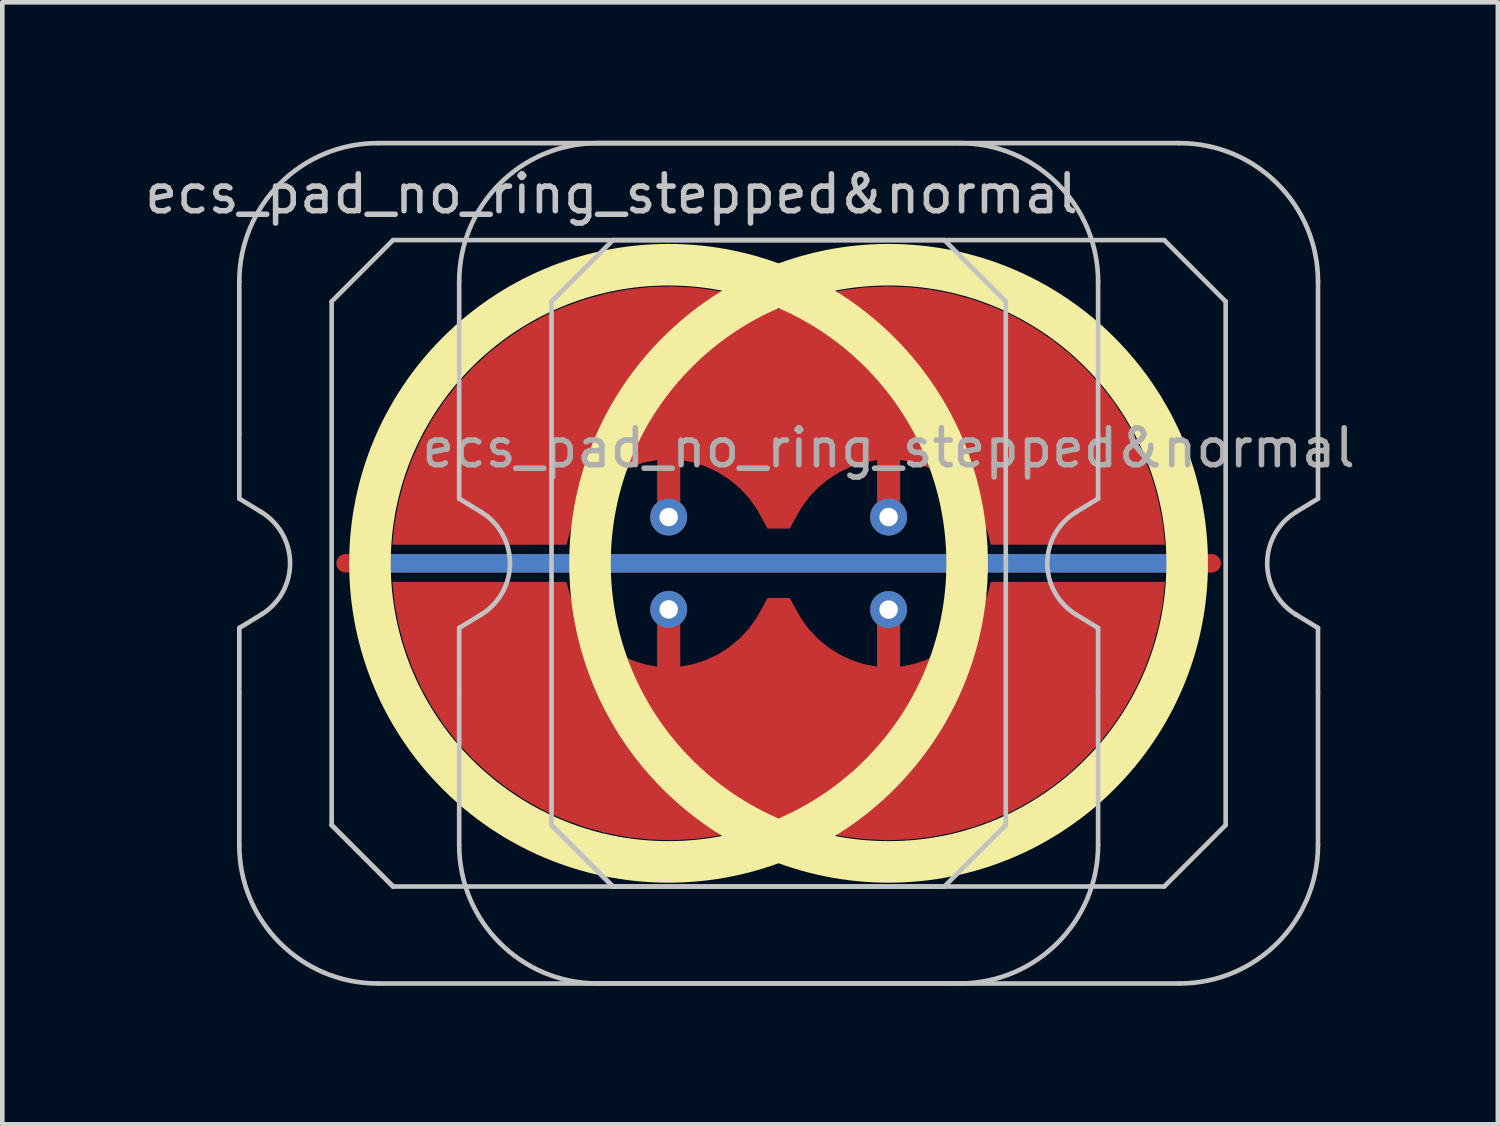
<source format=kicad_pcb>
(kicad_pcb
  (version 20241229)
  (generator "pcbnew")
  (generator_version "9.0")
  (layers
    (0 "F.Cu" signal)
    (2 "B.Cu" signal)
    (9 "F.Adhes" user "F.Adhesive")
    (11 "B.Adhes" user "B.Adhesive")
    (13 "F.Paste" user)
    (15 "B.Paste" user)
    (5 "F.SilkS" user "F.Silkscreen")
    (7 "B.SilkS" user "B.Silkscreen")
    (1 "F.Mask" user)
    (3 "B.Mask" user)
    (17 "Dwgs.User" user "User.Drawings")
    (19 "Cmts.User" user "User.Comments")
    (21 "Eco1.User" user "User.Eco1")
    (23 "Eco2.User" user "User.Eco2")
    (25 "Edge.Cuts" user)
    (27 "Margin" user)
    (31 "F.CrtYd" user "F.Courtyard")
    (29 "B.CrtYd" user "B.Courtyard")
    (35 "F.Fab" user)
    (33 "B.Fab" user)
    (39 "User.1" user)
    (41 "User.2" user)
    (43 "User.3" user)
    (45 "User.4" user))
  (footprint "ecs_pad_no_ring_stepped&normal"
    (layer "F.Cu")
    (at 16.195 9.15)
    (property "Reference" "ecs_pad_no_ring_stepped&normal" (at -6 -8 0) (layer "Dwgs.User") (effects (font (size 0.8 0.8) (thickness 0.12))))
    (attr smd)
    (fp_circle (center -4.766 0) (end 1.701 0) (stroke (width 0.9) (type solid)) (fill no) (layer "F.SilkS"))
    (fp_circle (center 0 0) (end 6.467 0) (stroke (width 0.9) (type solid)) (fill no) (layer "F.SilkS"))
    (fp_line (start -14.062 -2.805) (end -14.062 -6.1) (stroke (width 0.1) (type solid)) (layer "Dwgs.User"))
    (fp_line (start -14.062 -1.4) (end -14.062 -2.805) (stroke (width 0.1) (type solid)) (layer "Dwgs.User"))
    (fp_line (start -14.062 1.4) (end -13.587 1.111) (stroke (width 0.1) (type solid)) (layer "Dwgs.User"))
    (fp_line (start -14.062 2.805) (end -14.062 1.4) (stroke (width 0.1) (type solid)) (layer "Dwgs.User"))
    (fp_line (start -14.062 6.1) (end -14.062 2.805) (stroke (width 0.1) (type solid)) (layer "Dwgs.User"))
    (fp_line (start -13.587 -1.111) (end -14.062 -1.4) (stroke (width 0.1) (type solid)) (layer "Dwgs.User"))
    (fp_line (start -12.062 -5.67) (end -10.732 -7) (stroke (width 0.1) (type solid)) (layer "Dwgs.User"))
    (fp_line (start -12.062 5.67) (end -12.062 -5.67) (stroke (width 0.1) (type solid)) (layer "Dwgs.User"))
    (fp_line (start -12.062 5.67) (end -10.732 7) (stroke (width 0.1) (type solid)) (layer "Dwgs.User"))
    (fp_line (start -11.062 -9.1) (end 1.538 -9.1) (stroke (width 0.1) (type solid)) (layer "Dwgs.User"))
    (fp_line (start -10.732 -7) (end 1.208 -7) (stroke (width 0.1) (type solid)) (layer "Dwgs.User"))
    (fp_line (start -10.732 7) (end -12.062 5.67) (stroke (width 0.1) (type solid)) (layer "Dwgs.User"))
    (fp_line (start -9.3 -2.805) (end -9.3 -6.1) (stroke (width 0.1) (type solid)) (layer "Dwgs.User"))
    (fp_line (start -9.3 -1.4) (end -9.3 -2.805) (stroke (width 0.1) (type solid)) (layer "Dwgs.User"))
    (fp_line (start -9.3 1.4) (end -8.824 1.111) (stroke (width 0.1) (type solid)) (layer "Dwgs.User"))
    (fp_line (start -9.3 2.805) (end -9.3 1.4) (stroke (width 0.1) (type solid)) (layer "Dwgs.User"))
    (fp_line (start -9.3 6.1) (end -9.3 2.805) (stroke (width 0.1) (type solid)) (layer "Dwgs.User"))
    (fp_line (start -8.824 -1.111) (end -9.3 -1.4) (stroke (width 0.1) (type solid)) (layer "Dwgs.User"))
    (fp_line (start -7.3 -5.67) (end -5.97 -7) (stroke (width 0.1) (type solid)) (layer "Dwgs.User"))
    (fp_line (start -7.3 5.67) (end -7.3 -5.67) (stroke (width 0.1) (type solid)) (layer "Dwgs.User"))
    (fp_line (start -7.3 5.67) (end -5.97 7) (stroke (width 0.1) (type solid)) (layer "Dwgs.User"))
    (fp_line (start -6.3 -9.1) (end 6.3 -9.1) (stroke (width 0.1) (type solid)) (layer "Dwgs.User"))
    (fp_line (start -5.97 -7) (end 5.97 -7) (stroke (width 0.1) (type solid)) (layer "Dwgs.User"))
    (fp_line (start -5.97 7) (end -7.3 5.67) (stroke (width 0.1) (type solid)) (layer "Dwgs.User"))
    (fp_line (start 1.208 -7) (end 2.538 -5.67) (stroke (width 0.1) (type solid)) (layer "Dwgs.User"))
    (fp_line (start 1.208 7) (end -10.732 7) (stroke (width 0.1) (type solid)) (layer "Dwgs.User"))
    (fp_line (start 1.538 9.1) (end -11.062 9.1) (stroke (width 0.1) (type solid)) (layer "Dwgs.User"))
    (fp_line (start 2.538 -5.67) (end 2.538 5.67) (stroke (width 0.1) (type solid)) (layer "Dwgs.User"))
    (fp_line (start 2.538 5.67) (end 1.208 7) (stroke (width 0.1) (type solid)) (layer "Dwgs.User"))
    (fp_line (start 4.062 1.111) (end 4.537 1.4) (stroke (width 0.1) (type solid)) (layer "Dwgs.User"))
    (fp_line (start 4.537 -6.1) (end 4.537 -2.805) (stroke (width 0.1) (type solid)) (layer "Dwgs.User"))
    (fp_line (start 4.537 -2.805) (end 4.537 -1.4) (stroke (width 0.1) (type solid)) (layer "Dwgs.User"))
    (fp_line (start 4.537 -1.4) (end 4.062 -1.111) (stroke (width 0.1) (type solid)) (layer "Dwgs.User"))
    (fp_line (start 4.537 1.4) (end 4.537 2.805) (stroke (width 0.1) (type solid)) (layer "Dwgs.User"))
    (fp_line (start 4.537 2.805) (end 4.537 6.1) (stroke (width 0.1) (type solid)) (layer "Dwgs.User"))
    (fp_line (start 5.97 -7) (end 7.3 -5.67) (stroke (width 0.1) (type solid)) (layer "Dwgs.User"))
    (fp_line (start 5.97 7) (end -5.97 7) (stroke (width 0.1) (type solid)) (layer "Dwgs.User"))
    (fp_line (start 6.3 9.1) (end -6.3 9.1) (stroke (width 0.1) (type solid)) (layer "Dwgs.User"))
    (fp_line (start 7.3 -5.67) (end 7.3 5.67) (stroke (width 0.1) (type solid)) (layer "Dwgs.User"))
    (fp_line (start 7.3 5.67) (end 5.97 7) (stroke (width 0.1) (type solid)) (layer "Dwgs.User"))
    (fp_line (start 8.824 1.111) (end 9.3 1.4) (stroke (width 0.1) (type solid)) (layer "Dwgs.User"))
    (fp_line (start 9.3 -6.1) (end 9.3 -2.805) (stroke (width 0.1) (type solid)) (layer "Dwgs.User"))
    (fp_line (start 9.3 -2.805) (end 9.3 -1.4) (stroke (width 0.1) (type solid)) (layer "Dwgs.User"))
    (fp_line (start 9.3 -1.4) (end 8.824 -1.111) (stroke (width 0.1) (type solid)) (layer "Dwgs.User"))
    (fp_line (start 9.3 1.4) (end 9.3 2.805) (stroke (width 0.1) (type solid)) (layer "Dwgs.User"))
    (fp_line (start 9.3 2.805) (end 9.3 6.1) (stroke (width 0.1) (type solid)) (layer "Dwgs.User"))
    (fp_arc (start -14.0625 -6.1) (mid -13.18382 -8.22132) (end -11.0625 -9.1) (stroke (width 0.1) (type solid)) (layer "Dwgs.User"))
    (fp_arc (start -13.586833 -1.110619) (mid -12.9625 0) (end -13.586833 1.110619) (stroke (width 0.1) (type solid)) (layer "Dwgs.User"))
    (fp_arc (start -11.0625 9.1) (mid -13.18382 8.22132) (end -14.0625 6.1) (stroke (width 0.1) (type solid)) (layer "Dwgs.User"))
    (fp_arc (start -9.3 -6.1) (mid -8.42132 -8.22132) (end -6.3 -9.1) (stroke (width 0.1) (type solid)) (layer "Dwgs.User"))
    (fp_arc (start -8.824333 -1.110619) (mid -8.2 0) (end -8.824333 1.110619) (stroke (width 0.1) (type solid)) (layer "Dwgs.User"))
    (fp_arc (start -6.3 9.1) (mid -8.42132 8.22132) (end -9.3 6.1) (stroke (width 0.1) (type solid)) (layer "Dwgs.User"))
    (fp_arc (start 1.5375 -9.1) (mid 3.65882 -8.22132) (end 4.5375 -6.1) (stroke (width 0.1) (type solid)) (layer "Dwgs.User"))
    (fp_arc (start 4.061833 1.110619) (mid 3.4375 0) (end 4.061833 -1.110619) (stroke (width 0.1) (type solid)) (layer "Dwgs.User"))
    (fp_arc (start 4.5375 6.1) (mid 3.65882 8.22132) (end 1.5375 9.1) (stroke (width 0.1) (type solid)) (layer "Dwgs.User"))
    (fp_arc (start 6.3 -9.1) (mid 8.42132 -8.22132) (end 9.3 -6.1) (stroke (width 0.1) (type solid)) (layer "Dwgs.User"))
    (fp_arc (start 8.824333 1.110619) (mid 8.2 0) (end 8.824333 -1.110619) (stroke (width 0.1) (type solid)) (layer "Dwgs.User"))
    (fp_arc (start 9.3 6.1) (mid 8.42132 8.22132) (end 6.3 9.1) (stroke (width 0.1) (type solid)) (layer "Dwgs.User"))
    (fp_text user "${REFERENCE}" (at 0 -2.5 0) (layer "F.Fab") (effects (font (size 0.8 0.8) (thickness 0.12))))
    (pad "1" thru_hole circle (at -4.763 -1.002 270) (size 0.8 0.8) (drill 0.4) (layers "*.Cu"))
    (pad "1" smd custom (at 0 -1.002 180) (size 0.169 0.169) (layers "F.Cu") (options (anchor circle)) (primitives (gr_poly (pts (xy -0.231 -0.096) (xy -0.177 -0.177) (xy -0.096 -0.231) (xy 0 -0.25) (xy 0.096 -0.231) (xy 0.177 -0.177) (xy 0.231 -0.096) (xy 0.25 0) (xy 0.25 1.236) (xy 0.532 1.182) (xy 0.805 1.093) (xy 1.064 0.971) (xy 1.307 0.817) (xy 1.528 0.635) (xy 1.725 0.426) (xy 1.894 0.194) (xy 2.034 -0.056) (xy 2.141 -0.25) (xy 2.214 -0.25) (xy 2.549 -0.25) (xy 2.622 -0.25) (xy 2.729 -0.056) (xy 2.868 0.194) (xy 3.038 0.426) (xy 3.235 0.635) (xy 3.456 0.817) (xy 3.698 0.971) (xy 3.958 1.093) (xy 4.231 1.182) (xy 4.512 1.236) (xy 4.512 0) (xy 4.532 -0.096) (xy 4.586 -0.177) (xy 4.667 -0.231) (xy 4.763 -0.25) (xy 4.858 -0.231) (xy 4.939 -0.177) (xy 4.993 -0.096) (xy 5.013 0) (xy 5.013 1.236) (xy 5.294 1.182) (xy 5.567 1.093) (xy 5.827 0.971) (xy 6.069 0.817) (xy 6.29 0.635) (xy 6.487 0.426) (xy 6.657 0.194) (xy 6.796 -0.056) (xy 6.903 -0.323) (xy 6.976 -0.6) (xy 10.748 -0.6) (xy 10.697 -0.125) (xy 10.609 0.344) (xy 10.483 0.805) (xy 10.321 1.255) (xy 10.123 1.69) (xy 9.892 2.108) (xy 9.628 2.506) (xy 9.333 2.882) (xy 9.01 3.233) (xy 8.659 3.557) (xy 8.284 3.853) (xy 7.886 4.118) (xy 7.469 4.35) (xy 7.034 4.548) (xy 6.585 4.711) (xy 6.125 4.838) (xy 5.655 4.928) (xy 5.18 4.98) (xy 4.703 4.995) (xy 4.226 4.971) (xy 3.752 4.909) (xy 3.285 4.81) (xy 2.827 4.674) (xy 2.381 4.502) (xy 1.936 4.674) (xy 1.478 4.81) (xy 1.01 4.909) (xy 0.537 4.971) (xy 0.06 4.995) (xy -0.418 4.98) (xy -0.893 4.928) (xy -1.362 4.838) (xy -1.823 4.711) (xy -2.272 4.548) (xy -2.706 4.35) (xy -3.124 4.118) (xy -3.521 3.853) (xy -3.897 3.557) (xy -4.247 3.233) (xy -4.571 2.882) (xy -4.866 2.506) (xy -5.129 2.108) (xy -5.361 1.69) (xy -5.558 1.255) (xy -5.72 0.805) (xy -5.846 0.344) (xy -5.935 -0.125) (xy -5.986 -0.6) (xy -2.214 -0.6) (xy -2.141 -0.323) (xy -2.034 -0.056) (xy -1.894 0.194) (xy -1.725 0.426) (xy -1.528 0.635) (xy -1.307 0.817) (xy -1.064 0.971) (xy -0.805 1.093) (xy -0.532 1.182) (xy -0.25 1.236) (xy -0.25 0)) (width 0) (fill yes))))
    (pad "1" thru_hole circle (at 0 -1.002 270) (size 0.8 0.8) (drill 0.4) (layers "*.Cu"))
    (pad "2" thru_hole circle (at -4.763 0.998 270) (size 0.8 0.8) (drill 0.4) (layers "*.Cu"))
    (pad "2" smd custom (at 0 1.002) (size 0.169 0.169) (layers "F.Cu") (options (anchor circle)) (primitives (gr_poly (pts (xy 0.231 -0.096) (xy 0.177 -0.177) (xy 0.096 -0.231) (xy 0 -0.25) (xy -0.096 -0.231) (xy -0.177 -0.177) (xy -0.231 -0.096) (xy -0.25 0) (xy -0.25 1.236) (xy -0.532 1.182) (xy -0.805 1.093) (xy -1.064 0.971) (xy -1.307 0.817) (xy -1.528 0.635) (xy -1.725 0.426) (xy -1.894 0.194) (xy -2.034 -0.056) (xy -2.141 -0.25) (xy -2.214 -0.25) (xy -2.549 -0.25) (xy -2.622 -0.25) (xy -2.729 -0.056) (xy -2.868 0.194) (xy -3.038 0.426) (xy -3.235 0.635) (xy -3.456 0.817) (xy -3.698 0.971) (xy -3.958 1.093) (xy -4.231 1.182) (xy -4.512 1.236) (xy -4.512 0) (xy -4.532 -0.096) (xy -4.586 -0.177) (xy -4.667 -0.231) (xy -4.763 -0.25) (xy -4.858 -0.231) (xy -4.939 -0.177) (xy -4.993 -0.096) (xy -5.013 0) (xy -5.013 1.236) (xy -5.294 1.182) (xy -5.567 1.093) (xy -5.827 0.971) (xy -6.069 0.817) (xy -6.29 0.635) (xy -6.487 0.426) (xy -6.657 0.194) (xy -6.796 -0.056) (xy -6.903 -0.323) (xy -6.976 -0.6) (xy -10.748 -0.6) (xy -10.697 -0.125) (xy -10.609 0.344) (xy -10.483 0.805) (xy -10.321 1.255) (xy -10.123 1.69) (xy -9.892 2.108) (xy -9.628 2.506) (xy -9.333 2.882) (xy -9.01 3.233) (xy -8.659 3.557) (xy -8.284 3.853) (xy -7.886 4.118) (xy -7.469 4.35) (xy -7.034 4.548) (xy -6.585 4.711) (xy -6.125 4.838) (xy -5.655 4.928) (xy -5.18 4.98) (xy -4.703 4.995) (xy -4.226 4.971) (xy -3.752 4.909) (xy -3.285 4.81) (xy -2.827 4.674) (xy -2.381 4.502) (xy -1.936 4.674) (xy -1.478 4.81) (xy -1.01 4.909) (xy -0.537 4.971) (xy -0.06 4.995) (xy 0.418 4.98) (xy 0.893 4.928) (xy 1.362 4.838) (xy 1.823 4.711) (xy 2.272 4.548) (xy 2.706 4.35) (xy 3.124 4.118) (xy 3.521 3.853) (xy 3.897 3.557) (xy 4.247 3.233) (xy 4.571 2.882) (xy 4.866 2.506) (xy 5.129 2.108) (xy 5.361 1.69) (xy 5.558 1.255) (xy 5.72 0.805) (xy 5.846 0.344) (xy 5.935 -0.125) (xy 5.986 -0.6) (xy 2.214 -0.6) (xy 2.141 -0.323) (xy 2.034 -0.056) (xy 1.894 0.194) (xy 1.725 0.426) (xy 1.528 0.635) (xy 1.307 0.817) (xy 1.064 0.971) (xy 0.805 1.093) (xy 0.532 1.182) (xy 0.25 1.236) (xy 0.25 0)) (width 0) (fill yes))))
    (pad "2" thru_hole circle (at 0 1.002 270) (size 0.8 0.8) (drill 0.4) (layers "*.Cu"))
    (pad "3" smd custom (at 0 0 90) (size 0.4 0.4) (layers "F.Cu") (options (anchor rect)) (primitives (gr_line (start 0 -11.763) (end 0 7) (width 0.4))))
    (pad "3" smd custom (at 0 0 90) (size 0.4 0.4) (layers "B.Cu") (options (anchor rect)) (primitives (gr_line (start 0 -11.263) (end 0 6.5) (width 0.4))))
    (zone (net_name "") (layer "F.Cu") (hatch edge 0.508) (connect_pads) (min_thickness 0.254) (filled_areas_thickness no) (keepout (tracks allowed) (vias allowed) (pads allowed) (copperpour not_allowed) (footprints allowed)) (placement (enabled no)) (fill) (polygon (pts (xy 11.432 16.155) (xy 11.945 16.136) (xy 12.456 16.08) (xy 12.96 15.986) (xy 13.457 15.856) (xy 13.943 15.69) (xy 14.415 15.488) (xy 14.871 15.253) (xy 15.309 14.985) (xy 15.726 14.685) (xy 16.119 14.356) (xy 16.488 13.998) (xy 16.83 13.615) (xy 17.142 13.208) (xy 17.424 12.779) (xy 17.674 12.33) (xy 17.89 11.865) (xy 18.071 11.384) (xy 18.217 10.892) (xy 18.326 10.39) (xy 18.399 9.882) (xy 18.434 9.37) (xy 18.431 8.857) (xy 18.391 8.345) (xy 18.313 7.837) (xy 18.198 7.337) (xy 18.048 6.846) (xy 17.861 6.368) (xy 17.64 5.905) (xy 17.386 5.459) (xy 17.099 5.033) (xy 16.783 4.629) (xy 16.437 4.249) (xy 16.065 3.896) (xy 15.667 3.57) (xy 15.247 3.275) (xy 14.807 3.012) (xy 14.348 2.781) (xy 13.874 2.584) (xy 13.387 2.423) (xy 12.889 2.298) (xy 12.383 2.21) (xy 11.872 2.159) (xy 11.359 2.145) (xy 10.846 2.17) (xy 10.336 2.231) (xy 9.833 2.33) (xy 9.337 2.466) (xy 8.854 2.637) (xy 8.383 2.843) (xy 7.93 3.084) (xy 7.495 3.356) (xy 7.081 3.66) (xy 6.691 3.994) (xy 6.326 4.355) (xy 5.988 4.742) (xy 5.68 5.152) (xy 5.403 5.584) (xy 5.158 6.035) (xy 4.947 6.503) (xy 4.77 6.985) (xy 4.63 7.479) (xy 4.525 7.982) (xy 4.458 8.491) (xy 4.429 9.003) (xy 4.437 9.517) (xy 4.483 10.028) (xy 4.566 10.535) (xy 4.685 11.034) (xy 4.841 11.523) (xy 5.033 11.999) (xy 5.259 12.46) (xy 5.518 12.903) (xy 5.809 13.326) (xy 6.13 13.727) (xy 6.479 14.103) (xy 6.855 14.453) (xy 7.256 14.774) (xy 7.679 15.064) (xy 8.122 15.323) (xy 8.583 15.549) (xy 9.059 15.741) (xy 9.548 15.897) (xy 10.048 16.017) (xy 10.554 16.1) (xy 11.066 16.145))))
    (zone (net_name "") (layer "F.Cu") (hatch edge 0.508) (connect_pads) (min_thickness 0.254) (filled_areas_thickness no) (keepout (tracks allowed) (vias allowed) (pads allowed) (copperpour not_allowed) (footprints allowed)) (placement (enabled no)) (fill) (polygon (pts (xy 16.195 2.143) (xy 15.682 2.162) (xy 15.172 2.218) (xy 14.667 2.312) (xy 14.171 2.442) (xy 13.685 2.608) (xy 13.213 2.81) (xy 12.757 3.045) (xy 12.319 3.313) (xy 11.902 3.613) (xy 11.508 3.942) (xy 11.139 4.3) (xy 10.798 4.683) (xy 10.485 5.09) (xy 10.203 5.519) (xy 9.954 5.968) (xy 9.738 6.433) (xy 9.556 6.914) (xy 9.41 7.406) (xy 9.301 7.908) (xy 9.229 8.416) (xy 9.194 8.928) (xy 9.196 9.441) (xy 9.237 9.953) (xy 9.314 10.461) (xy 9.429 10.961) (xy 9.58 11.452) (xy 9.766 11.93) (xy 9.987 12.393) (xy 10.242 12.839) (xy 10.528 13.265) (xy 10.845 13.669) (xy 11.19 14.049) (xy 11.563 14.402) (xy 11.96 14.728) (xy 12.38 15.023) (xy 12.821 15.286) (xy 13.279 15.517) (xy 13.754 15.714) (xy 14.241 15.875) (xy 14.739 16) (xy 15.245 16.088) (xy 15.755 16.139) (xy 16.269 16.153) (xy 16.781 16.128) (xy 17.291 16.067) (xy 17.795 15.968) (xy 18.29 15.832) (xy 18.774 15.661) (xy 19.244 15.455) (xy 19.698 15.214) (xy 20.133 14.942) (xy 20.546 14.638) (xy 20.937 14.304) (xy 21.302 13.943) (xy 21.639 13.556) (xy 21.947 13.146) (xy 22.225 12.714) (xy 22.47 12.263) (xy 22.681 11.795) (xy 22.857 11.313) (xy 22.998 10.819) (xy 23.102 10.316) (xy 23.169 9.807) (xy 23.199 9.295) (xy 23.191 8.781) (xy 23.145 8.27) (xy 23.062 7.763) (xy 22.942 7.264) (xy 22.786 6.775) (xy 22.595 6.299) (xy 22.369 5.838) (xy 22.11 5.395) (xy 21.819 4.972) (xy 21.498 4.571) (xy 21.148 4.195) (xy 20.772 3.845) (xy 20.372 3.524) (xy 19.949 3.234) (xy 19.505 2.975) (xy 19.044 2.749) (xy 18.568 2.557) (xy 18.079 2.401) (xy 17.58 2.281) (xy 17.073 2.198) (xy 16.562 2.153))))
    (zone (net_name "") (layer "B.Cu") (hatch edge 0.508) (connect_pads) (min_thickness 0.254) (filled_areas_thickness no) (keepout (tracks allowed) (vias allowed) (pads allowed) (copperpour not_allowed) (footprints allowed)) (placement (enabled no)) (fill) (polygon (pts (xy 11.432 15.708) (xy 11.947 15.688) (xy 12.458 15.628) (xy 12.963 15.527) (xy 13.459 15.387) (xy 13.942 15.209) (xy 14.41 14.993) (xy 14.859 14.742) (xy 15.287 14.456) (xy 15.691 14.137) (xy 16.07 13.787) (xy 16.419 13.409) (xy 16.738 13.005) (xy 17.024 12.577) (xy 17.276 12.127) (xy 17.491 11.66) (xy 17.67 11.177) (xy 17.809 10.681) (xy 17.91 10.176) (xy 17.97 9.665) (xy 17.99 9.15) (xy 17.97 8.635) (xy 17.91 8.124) (xy 17.809 7.619) (xy 17.67 7.123) (xy 17.491 6.64) (xy 17.276 6.173) (xy 17.024 5.723) (xy 16.738 5.295) (xy 16.419 4.891) (xy 16.07 4.513) (xy 15.691 4.163) (xy 15.287 3.844) (xy 14.859 3.558) (xy 14.41 3.307) (xy 13.942 3.091) (xy 13.459 2.913) (xy 12.963 2.773) (xy 12.458 2.672) (xy 11.947 2.612) (xy 11.432 2.592) (xy 10.918 2.612) (xy 10.406 2.672) (xy 9.901 2.773) (xy 9.406 2.913) (xy 8.923 3.091) (xy 8.455 3.307) (xy 8.006 3.558) (xy 7.577 3.844) (xy 7.173 4.163) (xy 6.795 4.513) (xy 6.445 4.891) (xy 6.127 5.295) (xy 5.84 5.723) (xy 5.589 6.173) (xy 5.373 6.64) (xy 5.195 7.123) (xy 5.055 7.619) (xy 4.955 8.124) (xy 4.894 8.635) (xy 4.874 9.15) (xy 4.894 9.665) (xy 4.955 10.176) (xy 5.055 10.681) (xy 5.195 11.177) (xy 5.373 11.66) (xy 5.589 12.127) (xy 5.84 12.577) (xy 6.127 13.005) (xy 6.445 13.409) (xy 6.795 13.787) (xy 7.173 14.137) (xy 7.577 14.456) (xy 8.006 14.742) (xy 8.455 14.993) (xy 8.923 15.209) (xy 9.406 15.387) (xy 9.901 15.527) (xy 10.406 15.628) (xy 10.918 15.688))))
    (zone (net_name "") (layer "B.Cu") (hatch edge 0.508) (connect_pads) (min_thickness 0.254) (filled_areas_thickness no) (keepout (tracks allowed) (vias allowed) (pads allowed) (copperpour not_allowed) (footprints allowed)) (placement (enabled no)) (fill) (polygon (pts (xy 16.195 2.59) (xy 15.681 2.61) (xy 15.169 2.67) (xy 14.664 2.771) (xy 14.169 2.911) (xy 13.686 3.089) (xy 13.218 3.305) (xy 12.769 3.556) (xy 12.34 3.842) (xy 11.936 4.161) (xy 11.558 4.511) (xy 11.208 4.889) (xy 10.889 5.293) (xy 10.603 5.721) (xy 10.352 6.171) (xy 10.136 6.638) (xy 9.958 7.121) (xy 9.818 7.617) (xy 9.718 8.122) (xy 9.657 8.633) (xy 9.637 9.148) (xy 9.657 9.663) (xy 9.718 10.174) (xy 9.818 10.679) (xy 9.958 11.175) (xy 10.136 11.658) (xy 10.352 12.125) (xy 10.603 12.575) (xy 10.889 13.003) (xy 11.208 13.407) (xy 11.558 13.785) (xy 11.936 14.135) (xy 12.34 14.454) (xy 12.769 14.74) (xy 13.218 14.991) (xy 13.686 15.207) (xy 14.169 15.385) (xy 14.664 15.525) (xy 15.169 15.626) (xy 15.681 15.686) (xy 16.195 15.706) (xy 16.71 15.686) (xy 17.221 15.626) (xy 17.726 15.525) (xy 18.222 15.385) (xy 18.705 15.207) (xy 19.173 14.991) (xy 19.622 14.74) (xy 20.05 14.454) (xy 20.454 14.135) (xy 20.833 13.785) (xy 21.182 13.407) (xy 21.501 13.003) (xy 21.787 12.575) (xy 22.039 12.125) (xy 22.254 11.658) (xy 22.433 11.175) (xy 22.572 10.679) (xy 22.673 10.174) (xy 22.733 9.663) (xy 22.753 9.148) (xy 22.733 8.633) (xy 22.673 8.122) (xy 22.572 7.617) (xy 22.433 7.121) (xy 22.254 6.638) (xy 22.039 6.171) (xy 21.787 5.721) (xy 21.501 5.293) (xy 21.182 4.889) (xy 20.833 4.511) (xy 20.454 4.161) (xy 20.05 3.842) (xy 19.622 3.556) (xy 19.173 3.305) (xy 18.705 3.089) (xy 18.222 2.911) (xy 17.726 2.771) (xy 17.221 2.67) (xy 16.71 2.61)))))
  (gr_rect
    (start -3 -3)
    (end 29.39 21.3)
    (stroke (width 0.1) (type default))
    (fill no)
    (layer "Edge.Cuts")))
</source>
